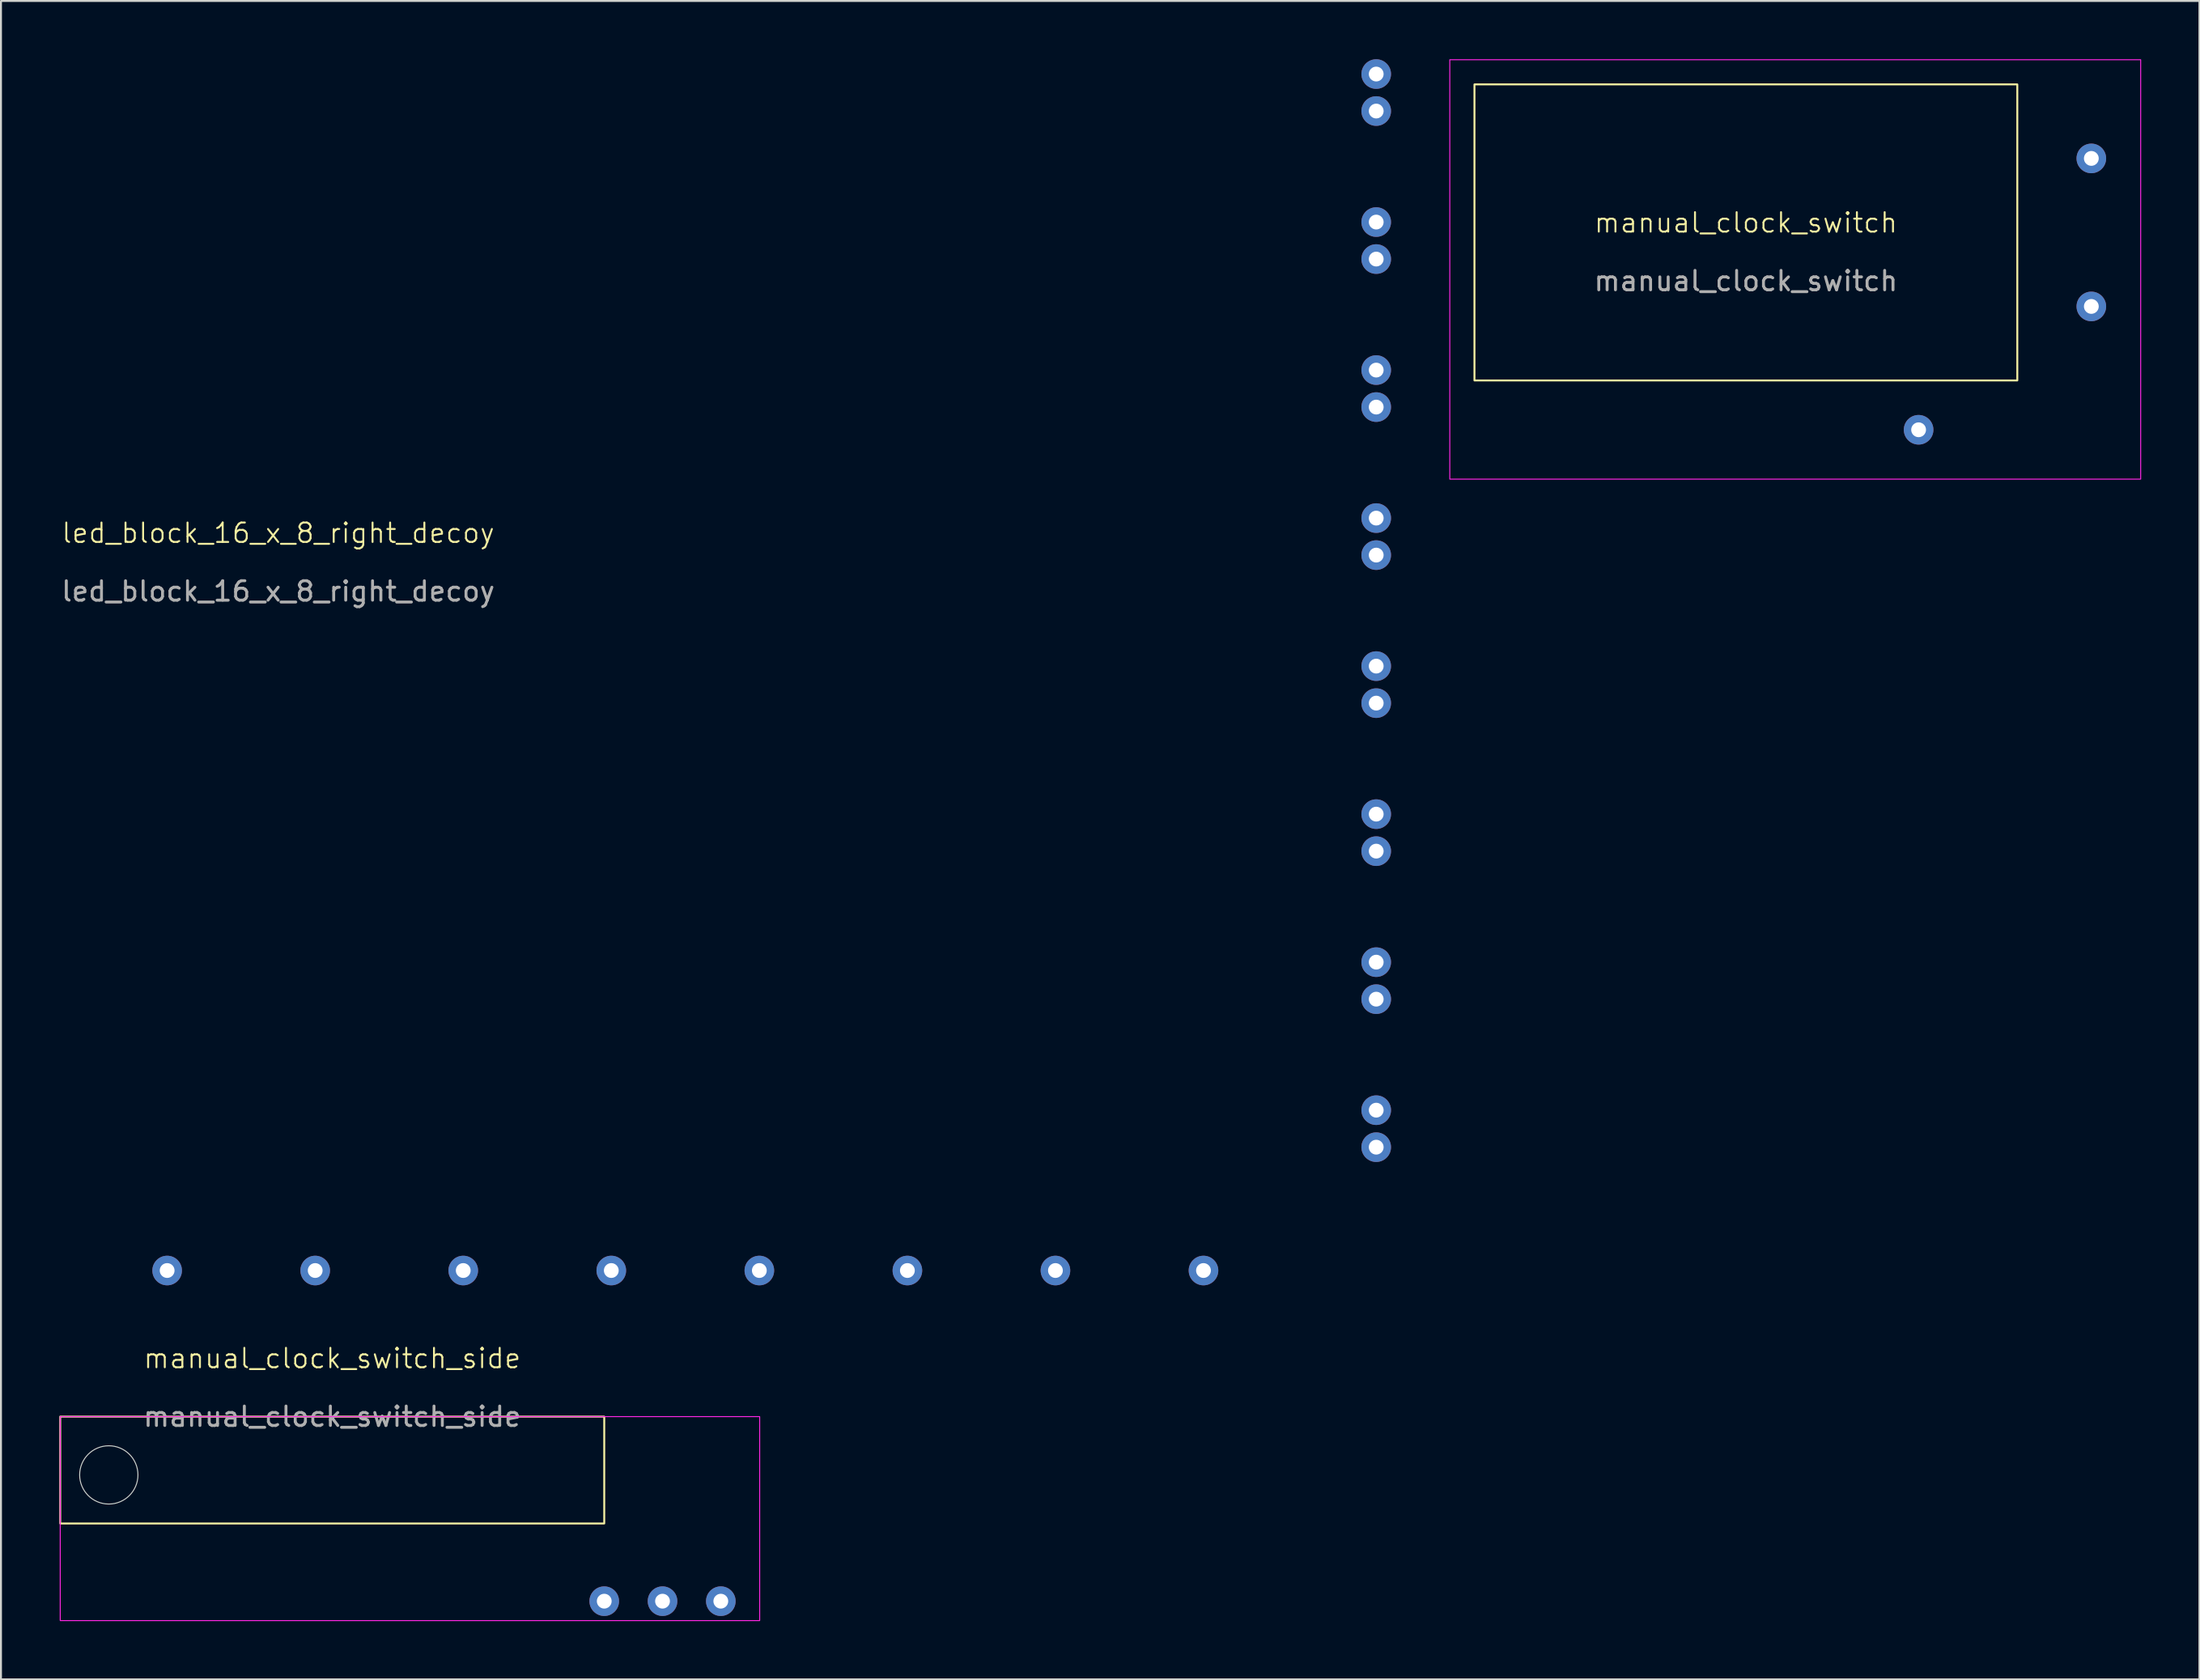
<source format=kicad_pcb>
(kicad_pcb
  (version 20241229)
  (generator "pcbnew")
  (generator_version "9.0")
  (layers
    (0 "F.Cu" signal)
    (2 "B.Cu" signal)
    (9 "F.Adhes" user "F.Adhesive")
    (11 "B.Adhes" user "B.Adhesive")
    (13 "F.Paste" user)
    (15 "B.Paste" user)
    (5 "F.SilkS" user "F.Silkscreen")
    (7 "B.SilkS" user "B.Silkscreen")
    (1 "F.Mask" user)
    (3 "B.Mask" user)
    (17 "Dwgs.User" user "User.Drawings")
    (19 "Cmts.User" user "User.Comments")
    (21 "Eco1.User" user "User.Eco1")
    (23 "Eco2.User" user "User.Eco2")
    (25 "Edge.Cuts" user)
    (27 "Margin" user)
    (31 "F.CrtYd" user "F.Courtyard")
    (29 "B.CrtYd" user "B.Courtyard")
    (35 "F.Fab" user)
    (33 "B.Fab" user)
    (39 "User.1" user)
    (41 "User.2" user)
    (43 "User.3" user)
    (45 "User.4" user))
  (footprint "manual_clock_switch"
    (layer "F.Cu")
    (at 86.81 8.915)
    (property "Reference" "manual_clock_switch" (at 0 -0.5 0) (unlocked yes) (layer "F.SilkS") (effects (font (size 1 1) (thickness 0.1))))
    (attr through_hole)
    (fp_rect (start -13.97 -7.62) (end 13.97 7.62) (stroke (width 0.1) (type default)) (fill no) (layer "F.SilkS"))
    (fp_rect (start -15.24 -8.89) (end 20.32 12.7) (stroke (width 0.05) (type default)) (fill no) (layer "F.CrtYd"))
    (fp_text user "${REFERENCE}" (at 0 2.5 0) (unlocked yes) (layer "F.Fab") (effects (font (size 1 1) (thickness 0.15))))
    (pad "1" thru_hole circle (at 8.89 10.16) (size 1.524 1.524) (drill 0.762) (layers "*.Cu" "*.Mask"))
    (pad "2" thru_hole circle (at 17.78 3.81) (size 1.524 1.524) (drill 0.762) (layers "*.Cu" "*.Mask"))
    (pad "3" thru_hole circle (at 17.78 -3.81) (size 1.524 1.524) (drill 0.762) (layers "*.Cu" "*.Mask")))
  (footprint "manual_clock_switch_side"
    (layer "F.Cu")
    (at 14.05 67.379)
    (property "Reference" "manual_clock_switch_side" (at 0 -0.5 0) (unlocked yes) (layer "F.SilkS") (effects (font (size 1 1) (thickness 0.1))))
    (attr through_hole)
    (fp_rect (start -14 2.5) (end 14 8) (stroke (width 0.1) (type default)) (fill no) (layer "F.SilkS"))
    (fp_circle (center -11.5 5.5) (end -11.5 7) (stroke (width 0.05) (type default)) (fill no) (layer "Edge.Cuts"))
    (fp_rect (start -14 2.5) (end 22 13) (stroke (width 0.05) (type default)) (fill no) (layer "F.CrtYd"))
    (fp_text user "${REFERENCE}" (at 0 2.5 0) (unlocked yes) (layer "F.Fab") (effects (font (size 1 1) (thickness 0.15))))
    (pad "1" thru_hole circle (at 14 12) (size 1.524 1.524) (drill 0.762) (layers "*.Cu" "*.Mask"))
    (pad "2" thru_hole circle (at 17 12) (size 1.524 1.524) (drill 0.762) (layers "*.Cu" "*.Mask"))
    (pad "3" thru_hole circle (at 20 12) (size 1.524 1.524) (drill 0.762) (layers "*.Cu" "*.Mask")))
  (footprint "led_block_16_x_8_right_decoy"
    (layer "F.Cu")
    (at 11.268 24.892)
    (property "Reference" "led_block_16_x_8_right_decoy" (at 0 -0.5 0) (unlocked yes) (layer "F.SilkS") (effects (font (size 1 1) (thickness 0.1))))
    (attr through_hole)
    (fp_text user "${REFERENCE}" (at 0 2.5 0) (unlocked yes) (layer "F.Fab") (effects (font (size 1 1) (thickness 0.15))))
    (pad "1" thru_hole circle (at 56.515 -24.13 180) (size 1.524 1.524) (drill 0.762) (layers "*.Cu" "*.Mask"))
    (pad "2" thru_hole circle (at 56.515 -22.225 180) (size 1.524 1.524) (drill 0.762) (layers "*.Cu" "*.Mask"))
    (pad "3" thru_hole circle (at 56.515 -16.51 180) (size 1.524 1.524) (drill 0.762) (layers "*.Cu" "*.Mask"))
    (pad "4" thru_hole circle (at 56.515 -14.605 180) (size 1.524 1.524) (drill 0.762) (layers "*.Cu" "*.Mask"))
    (pad "5" thru_hole circle (at 56.515 -8.89 180) (size 1.524 1.524) (drill 0.762) (layers "*.Cu" "*.Mask"))
    (pad "6" thru_hole circle (at 56.515 -6.985 180) (size 1.524 1.524) (drill 0.762) (layers "*.Cu" "*.Mask"))
    (pad "7" thru_hole circle (at 56.515 -1.27 180) (size 1.524 1.524) (drill 0.762) (layers "*.Cu" "*.Mask"))
    (pad "8" thru_hole circle (at 56.515 0.635 180) (size 1.524 1.524) (drill 0.762) (layers "*.Cu" "*.Mask"))
    (pad "9" thru_hole circle (at 56.515 6.35 180) (size 1.524 1.524) (drill 0.762) (layers "*.Cu" "*.Mask"))
    (pad "10" thru_hole circle (at 56.515 8.255 180) (size 1.524 1.524) (drill 0.762) (layers "*.Cu" "*.Mask"))
    (pad "11" thru_hole circle (at 56.515 13.97 180) (size 1.524 1.524) (drill 0.762) (layers "*.Cu" "*.Mask"))
    (pad "12" thru_hole circle (at 56.515 15.875 180) (size 1.524 1.524) (drill 0.762) (layers "*.Cu" "*.Mask"))
    (pad "13" thru_hole circle (at 56.515 21.59 180) (size 1.524 1.524) (drill 0.762) (layers "*.Cu" "*.Mask"))
    (pad "14" thru_hole circle (at 56.515 23.495 180) (size 1.524 1.524) (drill 0.762) (layers "*.Cu" "*.Mask"))
    (pad "15" thru_hole circle (at 56.515 29.21 180) (size 1.524 1.524) (drill 0.762) (layers "*.Cu" "*.Mask"))
    (pad "16" thru_hole circle (at 56.515 31.115 180) (size 1.524 1.524) (drill 0.762) (layers "*.Cu" "*.Mask"))
    (pad "17" thru_hole circle (at 47.625 37.465 180) (size 1.524 1.524) (drill 0.762) (layers "*.Cu" "*.Mask"))
    (pad "18" thru_hole circle (at 40.005 37.465 180) (size 1.524 1.524) (drill 0.762) (layers "*.Cu" "*.Mask"))
    (pad "19" thru_hole circle (at 32.385 37.465 180) (size 1.524 1.524) (drill 0.762) (layers "*.Cu" "*.Mask"))
    (pad "20" thru_hole circle (at 24.765 37.465 180) (size 1.524 1.524) (drill 0.762) (layers "*.Cu" "*.Mask"))
    (pad "21" thru_hole circle (at 17.145 37.465 180) (size 1.524 1.524) (drill 0.762) (layers "*.Cu" "*.Mask"))
    (pad "22" thru_hole circle (at 9.525 37.465 180) (size 1.524 1.524) (drill 0.762) (layers "*.Cu" "*.Mask"))
    (pad "23" thru_hole circle (at 1.905 37.465 180) (size 1.524 1.524) (drill 0.762) (layers "*.Cu" "*.Mask"))
    (pad "24" thru_hole circle (at -5.715 37.465 180) (size 1.524 1.524) (drill 0.762) (layers "*.Cu" "*.Mask")))
  (gr_rect
    (start -3 -3)
    (end 110.155 83.404)
    (stroke (width 0.1) (type default))
    (fill no)
    (layer "Edge.Cuts")))
</source>
